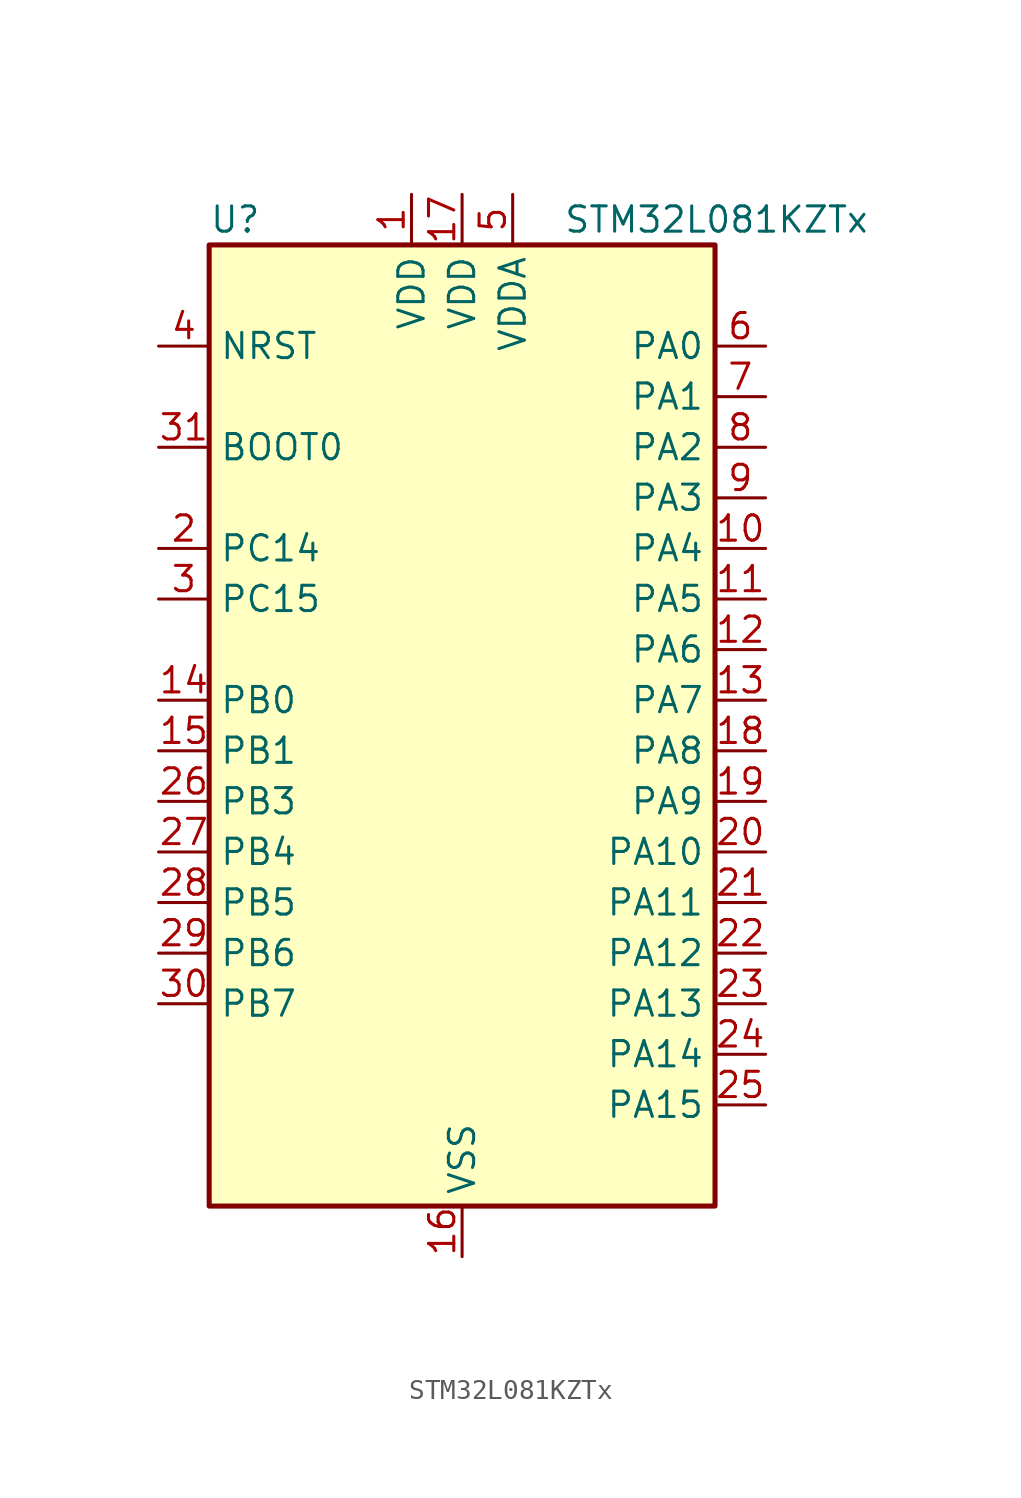
<source format=kicad_sym>
(kicad_symbol_lib
  (version 20241209)
  (generator "kicad_symbol_editor")
  (generator_version "9.0")
  (symbol "STM32L081KZTx"
    (property "Reference" "U"
      (at -12.7 26.67 0)
      (effects (font (size 1.27 1.27)) (justify left)))
    (property "Value" "STM32L081KZTx"
      (at 5.08 26.67 0)
      (effects (font (size 1.27 1.27)) (justify left)))
    (symbol "STM32L081KZTx_0_1"
      (rectangle (start -12.7 -22.86) (end 12.7 25.4) (stroke (width 0.254) (type default)) (fill (type background))))
    (symbol "STM32L081KZTx_1_1"
      (pin input line (at -15.24 20.32 0) (length 2.54) (name "NRST" (effects (font (size 1.27 1.27)))) (number "4" (effects (font (size 1.27 1.27)))))
      (pin input line (at -15.24 15.24 0) (length 2.54) (name "BOOT0" (effects (font (size 1.27 1.27)))) (number "31" (effects (font (size 1.27 1.27)))))
      (pin bidirectional line (at -15.24 10.16 0) (length 2.54) (name "PC14" (effects (font (size 1.27 1.27)))) (number "2" (effects (font (size 1.27 1.27)))) (alternate "RCC_OSC32_IN" bidirectional line))
      (pin bidirectional line (at -15.24 7.62 0) (length 2.54) (name "PC15" (effects (font (size 1.27 1.27)))) (number "3" (effects (font (size 1.27 1.27)))) (alternate "RCC_OSC32_OUT" bidirectional line))
      (pin bidirectional line (at -15.24 2.54 0) (length 2.54) (name "PB0" (effects (font (size 1.27 1.27)))) (number "14" (effects (font (size 1.27 1.27)))) (alternate "ADC_IN8" bidirectional line) (alternate "SYS_VREF_OUT_PB0" bidirectional line) (alternate "TIM3_CH3" bidirectional line))
      (pin bidirectional line (at -15.24 0 0) (length 2.54) (name "PB1" (effects (font (size 1.27 1.27)))) (number "15" (effects (font (size 1.27 1.27)))) (alternate "ADC_IN9" bidirectional line) (alternate "LPUART1_DE" bidirectional line) (alternate "LPUART1_RTS" bidirectional line) (alternate "SYS_VREF_OUT_PB1" bidirectional line) (alternate "TIM3_CH4" bidirectional line))
      (pin bidirectional line (at -15.24 -2.54 0) (length 2.54) (name "PB3" (effects (font (size 1.27 1.27)))) (number "26" (effects (font (size 1.27 1.27)))) (alternate "COMP2_INM" bidirectional line) (alternate "SPI1_SCK" bidirectional line) (alternate "TIM2_CH2" bidirectional line) (alternate "USART1_DE" bidirectional line) (alternate "USART1_RTS" bidirectional line) (alternate "USART5_TX" bidirectional line))
      (pin bidirectional line (at -15.24 -5.08 0) (length 2.54) (name "PB4" (effects (font (size 1.27 1.27)))) (number "27" (effects (font (size 1.27 1.27)))) (alternate "COMP2_INP" bidirectional line) (alternate "I2C3_SDA" bidirectional line) (alternate "SPI1_MISO" bidirectional line) (alternate "TIM22_CH1" bidirectional line) (alternate "TIM3_CH1" bidirectional line) (alternate "USART1_CTS" bidirectional line) (alternate "USART5_RX" bidirectional line))
      (pin bidirectional line (at -15.24 -7.62 0) (length 2.54) (name "PB5" (effects (font (size 1.27 1.27)))) (number "28" (effects (font (size 1.27 1.27)))) (alternate "COMP2_INP" bidirectional line) (alternate "I2C1_SMBA" bidirectional line) (alternate "LPTIM1_IN1" bidirectional line) (alternate "SPI1_MOSI" bidirectional line) (alternate "TIM22_CH2" bidirectional line) (alternate "TIM3_CH2" bidirectional line) (alternate "USART1_CK" bidirectional line) (alternate "USART5_CK" bidirectional line) (alternate "USART5_DE" bidirectional line) (alternate "USART5_RTS" bidirectional line))
      (pin bidirectional line (at -15.24 -10.16 0) (length 2.54) (name "PB6" (effects (font (size 1.27 1.27)))) (number "29" (effects (font (size 1.27 1.27)))) (alternate "COMP2_INP" bidirectional line) (alternate "I2C1_SCL" bidirectional line) (alternate "LPTIM1_ETR" bidirectional line) (alternate "USART1_TX" bidirectional line))
      (pin bidirectional line (at -15.24 -12.7 0) (length 2.54) (name "PB7" (effects (font (size 1.27 1.27)))) (number "30" (effects (font (size 1.27 1.27)))) (alternate "COMP2_INP" bidirectional line) (alternate "I2C1_SDA" bidirectional line) (alternate "LPTIM1_IN2" bidirectional line) (alternate "SYS_PVD_IN" bidirectional line) (alternate "USART1_RX" bidirectional line) (alternate "USART4_CTS" bidirectional line))
      (pin power_in line (at -2.54 27.94 270) (length 2.54) (name "VDD" (effects (font (size 1.27 1.27)))) (number "1" (effects (font (size 1.27 1.27)))))
      (pin power_in line (at 0 27.94 270) (length 2.54) (name "VDD" (effects (font (size 1.27 1.27)))) (number "17" (effects (font (size 1.27 1.27)))))
      (pin power_in line (at 0 -25.4 90) (length 2.54) (name "VSS" (effects (font (size 1.27 1.27)))) (number "16" (effects (font (size 1.27 1.27)))))
      (pin passive line (at 0 -25.4 90) (length 2.54) (hide yes) (name "VSS" (effects (font (size 1.27 1.27)))) (number "32" (effects (font (size 1.27 1.27)))))
      (pin power_in line (at 2.54 27.94 270) (length 2.54) (name "VDDA" (effects (font (size 1.27 1.27)))) (number "5" (effects (font (size 1.27 1.27)))))
      (pin bidirectional line (at 15.24 20.32 180) (length 2.54) (name "PA0" (effects (font (size 1.27 1.27)))) (number "6" (effects (font (size 1.27 1.27)))) (alternate "ADC_IN0" bidirectional line) (alternate "COMP1_INM" bidirectional line) (alternate "COMP1_OUT" bidirectional line) (alternate "RTC_TAMP2" bidirectional line) (alternate "SYS_WKUP1" bidirectional line) (alternate "TIM2_CH1" bidirectional line) (alternate "TIM2_ETR" bidirectional line) (alternate "USART2_CTS" bidirectional line) (alternate "USART4_TX" bidirectional line))
      (pin bidirectional line (at 15.24 17.78 180) (length 2.54) (name "PA1" (effects (font (size 1.27 1.27)))) (number "7" (effects (font (size 1.27 1.27)))) (alternate "ADC_IN1" bidirectional line) (alternate "COMP1_INP" bidirectional line) (alternate "TIM21_ETR" bidirectional line) (alternate "TIM2_CH2" bidirectional line) (alternate "USART2_DE" bidirectional line) (alternate "USART2_RTS" bidirectional line) (alternate "USART4_RX" bidirectional line))
      (pin bidirectional line (at 15.24 15.24 180) (length 2.54) (name "PA2" (effects (font (size 1.27 1.27)))) (number "8" (effects (font (size 1.27 1.27)))) (alternate "ADC_IN2" bidirectional line) (alternate "COMP2_INM" bidirectional line) (alternate "COMP2_OUT" bidirectional line) (alternate "LPUART1_TX" bidirectional line) (alternate "TIM21_CH1" bidirectional line) (alternate "TIM2_CH3" bidirectional line) (alternate "USART2_TX" bidirectional line))
      (pin bidirectional line (at 15.24 12.7 180) (length 2.54) (name "PA3" (effects (font (size 1.27 1.27)))) (number "9" (effects (font (size 1.27 1.27)))) (alternate "ADC_IN3" bidirectional line) (alternate "COMP2_INP" bidirectional line) (alternate "LPUART1_RX" bidirectional line) (alternate "TIM21_CH2" bidirectional line) (alternate "TIM2_CH4" bidirectional line) (alternate "USART2_RX" bidirectional line))
      (pin bidirectional line (at 15.24 10.16 180) (length 2.54) (name "PA4" (effects (font (size 1.27 1.27)))) (number "10" (effects (font (size 1.27 1.27)))) (alternate "ADC_IN4" bidirectional line) (alternate "COMP1_INM" bidirectional line) (alternate "COMP2_INM" bidirectional line) (alternate "SPI1_NSS" bidirectional line) (alternate "TIM22_ETR" bidirectional line) (alternate "USART2_CK" bidirectional line))
      (pin bidirectional line (at 15.24 7.62 180) (length 2.54) (name "PA5" (effects (font (size 1.27 1.27)))) (number "11" (effects (font (size 1.27 1.27)))) (alternate "ADC_IN5" bidirectional line) (alternate "COMP1_INM" bidirectional line) (alternate "COMP2_INM" bidirectional line) (alternate "SPI1_SCK" bidirectional line) (alternate "TIM2_CH1" bidirectional line) (alternate "TIM2_ETR" bidirectional line))
      (pin bidirectional line (at 15.24 5.08 180) (length 2.54) (name "PA6" (effects (font (size 1.27 1.27)))) (number "12" (effects (font (size 1.27 1.27)))) (alternate "ADC_IN6" bidirectional line) (alternate "COMP1_OUT" bidirectional line) (alternate "LPUART1_CTS" bidirectional line) (alternate "SPI1_MISO" bidirectional line) (alternate "TIM22_CH1" bidirectional line) (alternate "TIM3_CH1" bidirectional line))
      (pin bidirectional line (at 15.24 2.54 180) (length 2.54) (name "PA7" (effects (font (size 1.27 1.27)))) (number "13" (effects (font (size 1.27 1.27)))) (alternate "ADC_IN7" bidirectional line) (alternate "COMP2_OUT" bidirectional line) (alternate "SPI1_MOSI" bidirectional line) (alternate "TIM22_CH2" bidirectional line) (alternate "TIM3_CH2" bidirectional line))
      (pin bidirectional line (at 15.24 0 180) (length 2.54) (name "PA8" (effects (font (size 1.27 1.27)))) (number "18" (effects (font (size 1.27 1.27)))) (alternate "I2C3_SCL" bidirectional line) (alternate "RCC_MCO" bidirectional line) (alternate "USART1_CK" bidirectional line))
      (pin bidirectional line (at 15.24 -2.54 180) (length 2.54) (name "PA9" (effects (font (size 1.27 1.27)))) (number "19" (effects (font (size 1.27 1.27)))) (alternate "I2C1_SCL" bidirectional line) (alternate "I2C3_SMBA" bidirectional line) (alternate "RCC_MCO" bidirectional line) (alternate "USART1_TX" bidirectional line))
      (pin bidirectional line (at 15.24 -5.08 180) (length 2.54) (name "PA10" (effects (font (size 1.27 1.27)))) (number "20" (effects (font (size 1.27 1.27)))) (alternate "I2C1_SDA" bidirectional line) (alternate "USART1_RX" bidirectional line))
      (pin bidirectional line (at 15.24 -7.62 180) (length 2.54) (name "PA11" (effects (font (size 1.27 1.27)))) (number "21" (effects (font (size 1.27 1.27)))) (alternate "ADC_EXTI11" bidirectional line) (alternate "COMP1_OUT" bidirectional line) (alternate "SPI1_MISO" bidirectional line) (alternate "USART1_CTS" bidirectional line))
      (pin bidirectional line (at 15.24 -10.16 180) (length 2.54) (name "PA12" (effects (font (size 1.27 1.27)))) (number "22" (effects (font (size 1.27 1.27)))) (alternate "COMP2_OUT" bidirectional line) (alternate "SPI1_MOSI" bidirectional line) (alternate "USART1_DE" bidirectional line) (alternate "USART1_RTS" bidirectional line))
      (pin bidirectional line (at 15.24 -12.7 180) (length 2.54) (name "PA13" (effects (font (size 1.27 1.27)))) (number "23" (effects (font (size 1.27 1.27)))) (alternate "LPUART1_RX" bidirectional line) (alternate "SYS_SWDIO" bidirectional line))
      (pin bidirectional line (at 15.24 -15.24 180) (length 2.54) (name "PA14" (effects (font (size 1.27 1.27)))) (number "24" (effects (font (size 1.27 1.27)))) (alternate "LPUART1_TX" bidirectional line) (alternate "SYS_SWCLK" bidirectional line) (alternate "USART2_TX" bidirectional line))
      (pin bidirectional line (at 15.24 -17.78 180) (length 2.54) (name "PA15" (effects (font (size 1.27 1.27)))) (number "25" (effects (font (size 1.27 1.27)))) (alternate "SPI1_NSS" bidirectional line) (alternate "TIM2_CH1" bidirectional line) (alternate "TIM2_ETR" bidirectional line) (alternate "USART2_RX" bidirectional line) (alternate "USART4_DE" bidirectional line) (alternate "USART4_RTS" bidirectional line)))))
</source>
